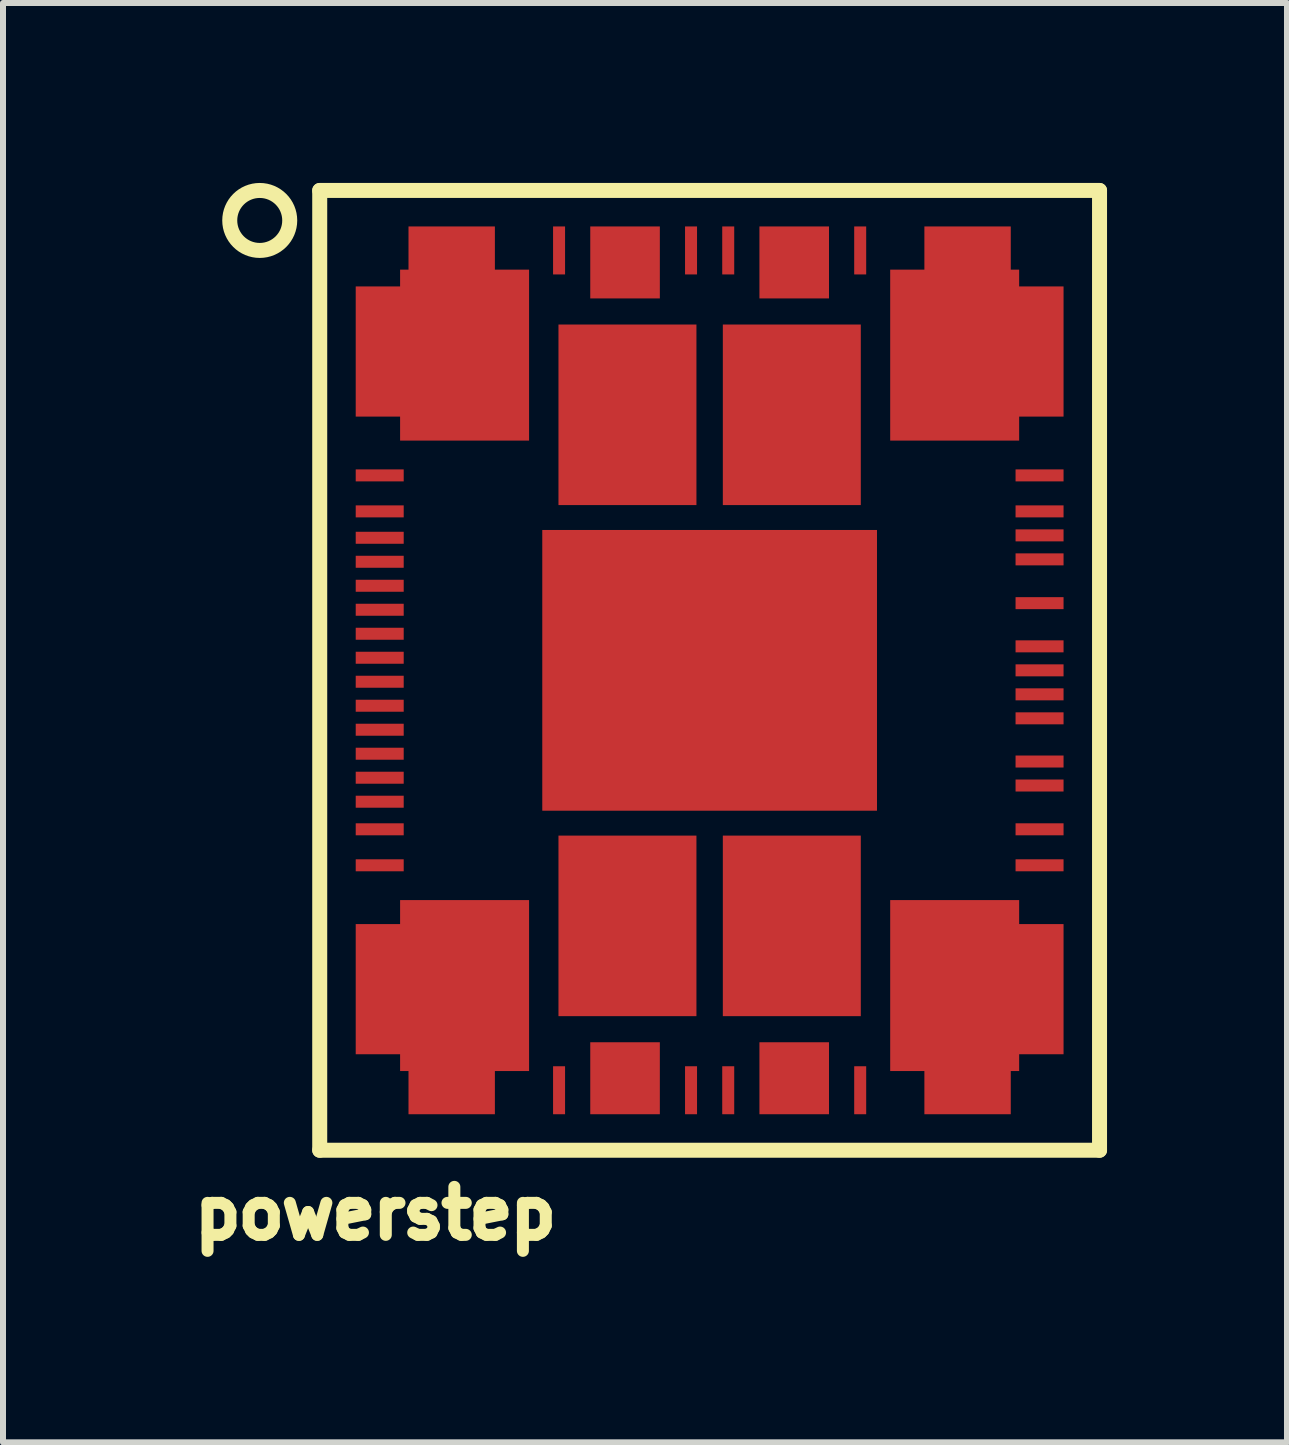
<source format=kicad_pcb>
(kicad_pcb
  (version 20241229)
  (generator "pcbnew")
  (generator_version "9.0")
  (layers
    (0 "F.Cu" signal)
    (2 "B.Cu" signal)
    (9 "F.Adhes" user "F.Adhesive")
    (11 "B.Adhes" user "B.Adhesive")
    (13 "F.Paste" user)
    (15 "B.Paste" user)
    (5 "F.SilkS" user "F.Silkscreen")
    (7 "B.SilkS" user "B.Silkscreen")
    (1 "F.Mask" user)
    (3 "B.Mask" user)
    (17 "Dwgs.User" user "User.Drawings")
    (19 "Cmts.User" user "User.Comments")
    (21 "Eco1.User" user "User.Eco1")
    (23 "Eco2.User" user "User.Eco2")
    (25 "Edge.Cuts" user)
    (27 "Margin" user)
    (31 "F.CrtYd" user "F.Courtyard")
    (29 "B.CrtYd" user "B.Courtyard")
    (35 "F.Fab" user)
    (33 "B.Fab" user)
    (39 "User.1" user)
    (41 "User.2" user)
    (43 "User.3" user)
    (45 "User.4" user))
  (footprint "powerstep"
    (layer "F.Cu")
    (at 8.78 8.125)
    (property "Reference" "powerstep" (at -5.57 9.051 0) (layer "F.SilkS") (effects (font (size 0.8 0.8) (thickness 0.2))))
    (attr smd)
    (fp_line (start -6.5 -8) (end -6.5 8) (stroke (width 0.25) (type solid)) (layer "F.SilkS"))
    (fp_line (start -6.5 8) (end 6.5 8) (stroke (width 0.25) (type solid)) (layer "F.SilkS"))
    (fp_line (start 6.5 -8) (end -6.5 -8) (stroke (width 0.25) (type solid)) (layer "F.SilkS"))
    (fp_line (start 6.5 8) (end 6.5 -8) (stroke (width 0.25) (type solid)) (layer "F.SilkS"))
    (fp_circle (center -7.5 -7.5) (end -7 -7.5) (stroke (width 0.25) (type solid)) (fill no) (layer "F.SilkS"))
    (pad "7" smd rect (at -5.5 -3.25 90) (size 0.2 0.8) (layers "F.Cu" "F.Mask" "F.Paste"))
    (pad "8" smd rect (at -5.5 -2.65 90) (size 0.2 0.8) (layers "F.Cu" "F.Mask" "F.Paste"))
    (pad "9" smd rect (at -5.5 -2.21 90) (size 0.2 0.8) (layers "F.Cu" "F.Mask" "F.Paste"))
    (pad "10" smd rect (at -5.5 -1.81 90) (size 0.2 0.8) (layers "F.Cu" "F.Mask" "F.Paste"))
    (pad "11" smd rect (at -5.5 -1.41 90) (size 0.2 0.8) (layers "F.Cu" "F.Mask" "F.Paste"))
    (pad "12" smd rect (at -5.5 -1.01 90) (size 0.2 0.8) (layers "F.Cu" "F.Mask" "F.Paste"))
    (pad "13" smd rect (at -5.5 -0.61 90) (size 0.2 0.8) (layers "F.Cu" "F.Mask" "F.Paste"))
    (pad "14" smd rect (at -5.5 -0.21 90) (size 0.2 0.8) (layers "F.Cu" "F.Mask" "F.Paste"))
    (pad "15" smd rect (at -5.5 0.19 90) (size 0.2 0.8) (layers "F.Cu" "F.Mask" "F.Paste"))
    (pad "16" smd rect (at -5.5 0.59 90) (size 0.2 0.8) (layers "F.Cu" "F.Mask" "F.Paste"))
    (pad "17" smd rect (at -5.5 0.99 90) (size 0.2 0.8) (layers "F.Cu" "F.Mask" "F.Paste"))
    (pad "18" smd rect (at -5.5 1.39 90) (size 0.2 0.8) (layers "F.Cu" "F.Mask" "F.Paste"))
    (pad "19" smd rect (at -5.5 1.79 90) (size 0.2 0.8) (layers "F.Cu" "F.Mask" "F.Paste"))
    (pad "20" smd rect (at -5.5 2.19 90) (size 0.2 0.8) (layers "F.Cu" "F.Mask" "F.Paste"))
    (pad "21" smd rect (at -5.5 2.65 90) (size 0.2 0.8) (layers "F.Cu" "F.Mask" "F.Paste"))
    (pad "22" smd rect (at -5.5 3.25 90) (size 0.2 0.8) (layers "F.Cu" "F.Mask" "F.Paste"))
    (pad "32" smd custom (at -4.5 5.5) (size 1.5 1.5) (layers "F.Cu" "F.Mask" "F.Paste") (options (anchor rect)) (primitives (gr_poly (pts (xy -0.66 -1.67) (xy -0.66 -1.27) (xy -1.4 -1.27) (xy -1.4 0.9) (xy -0.66 0.9) (xy -0.66 1.18) (xy -0.52 1.18) (xy -0.52 1.9) (xy 0.92 1.9) (xy 0.92 1.18) (xy 1.49 1.18) (xy 1.49 -1.67)) (width 0) (fill yes))))
    (pad "33" smd rect (at -2.51 7 180) (size 0.2 0.8) (layers "F.Cu" "F.Mask" "F.Paste"))
    (pad "35" smd rect (at -1.41 6.8) (size 1.16 1.2) (layers "F.Cu" "F.Mask" "F.Paste"))
    (pad "37" smd rect (at -0.31 7 180) (size 0.2 0.8) (layers "F.Cu" "F.Mask" "F.Paste"))
    (pad "38" smd rect (at 0.31 7 180) (size 0.2 0.8) (layers "F.Cu" "F.Mask" "F.Paste"))
    (pad "40" smd rect (at 1.41 6.8) (size 1.16 1.2) (layers "F.Cu" "F.Mask" "F.Paste"))
    (pad "42" smd rect (at 2.51 7 180) (size 0.2 0.8) (layers "F.Cu" "F.Mask" "F.Paste"))
    (pad "43" smd custom (at 4.5 5.5 180) (size 1.5 1.5) (layers "F.Cu" "F.Mask" "F.Paste") (options (anchor rect)) (primitives (gr_poly (pts (xy -0.66 1.67) (xy -0.66 1.27) (xy -1.4 1.27) (xy -1.4 -0.9) (xy -0.66 -0.9) (xy -0.66 -1.18) (xy -0.52 -1.18) (xy -0.52 -1.9) (xy 0.92 -1.9) (xy 0.92 -1.18) (xy 1.49 -1.18) (xy 1.49 1.67)) (width 0) (fill yes))))
    (pad "53" smd rect (at 5.5 3.25 90) (size 0.2 0.8) (layers "F.Cu" "F.Mask" "F.Paste"))
    (pad "54" smd rect (at 5.5 2.65 90) (size 0.2 0.8) (layers "F.Cu" "F.Mask" "F.Paste"))
    (pad "55" smd rect (at 5.5 1.92 90) (size 0.2 0.8) (layers "F.Cu" "F.Mask" "F.Paste"))
    (pad "56" smd rect (at 5.5 1.52 90) (size 0.2 0.8) (layers "F.Cu" "F.Mask" "F.Paste"))
    (pad "57" smd rect (at 5.5 0.8 90) (size 0.2 0.8) (layers "F.Cu" "F.Mask" "F.Paste"))
    (pad "58" smd rect (at 5.5 0.4 90) (size 0.2 0.8) (layers "F.Cu" "F.Mask" "F.Paste"))
    (pad "59" smd rect (at 5.5 0 90) (size 0.2 0.8) (layers "F.Cu" "F.Mask" "F.Paste"))
    (pad "60" smd rect (at 5.5 -0.4 90) (size 0.2 0.8) (layers "F.Cu" "F.Mask" "F.Paste"))
    (pad "61" smd rect (at 5.5 -1.12 90) (size 0.2 0.8) (layers "F.Cu" "F.Mask" "F.Paste"))
    (pad "62" smd rect (at 5.5 -1.85 90) (size 0.2 0.8) (layers "F.Cu" "F.Mask" "F.Paste"))
    (pad "63" smd rect (at 5.5 -2.25 90) (size 0.2 0.8) (layers "F.Cu" "F.Mask" "F.Paste"))
    (pad "64" smd rect (at 5.5 -2.65 90) (size 0.2 0.8) (layers "F.Cu" "F.Mask" "F.Paste"))
    (pad "65" smd rect (at 5.5 -3.25 90) (size 0.2 0.8) (layers "F.Cu" "F.Mask" "F.Paste"))
    (pad "75" smd custom (at 4.5 -5.5 180) (size 1.5 1.5) (layers "F.Cu" "F.Mask" "F.Paste") (options (anchor rect)) (primitives (gr_poly (pts (xy -0.66 -1.67) (xy -0.66 -1.27) (xy -1.4 -1.27) (xy -1.4 0.9) (xy -0.66 0.9) (xy -0.66 1.18) (xy -0.52 1.18) (xy -0.52 1.9) (xy 0.92 1.9) (xy 0.92 1.18) (xy 1.49 1.18) (xy 1.49 -1.67)) (width 0) (fill yes))))
    (pad "76" smd rect (at 2.51 -7 180) (size 0.2 0.8) (layers "F.Cu" "F.Mask" "F.Paste"))
    (pad "78" smd rect (at 1.41 -6.8) (size 1.16 1.2) (layers "F.Cu" "F.Mask" "F.Paste"))
    (pad "80" smd rect (at 0.31 -7 180) (size 0.2 0.8) (layers "F.Cu" "F.Mask" "F.Paste"))
    (pad "81" smd rect (at -0.31 -7 180) (size 0.2 0.8) (layers "F.Cu" "F.Mask" "F.Paste"))
    (pad "83" smd rect (at -1.41 -6.8) (size 1.16 1.2) (layers "F.Cu" "F.Mask" "F.Paste"))
    (pad "85" smd rect (at -2.51 -7 180) (size 0.2 0.8) (layers "F.Cu" "F.Mask" "F.Paste"))
    (pad "86" smd custom (at -4.5 -5.5) (size 1.5 1.5) (layers "F.Cu" "F.Mask" "F.Paste") (options (anchor rect)) (primitives (gr_poly (pts (xy -0.66 1.67) (xy -0.66 1.27) (xy -1.4 1.27) (xy -1.4 -0.9) (xy -0.66 -0.9) (xy -0.66 -1.18) (xy -0.52 -1.18) (xy -0.52 -1.9) (xy 0.92 -1.9) (xy 0.92 -1.18) (xy 1.49 -1.18) (xy 1.49 1.67)) (width 0) (fill yes))))
    (pad "90" smd rect (at -1.37 -4.26) (size 2.3 3.01) (layers "F.Cu" "F.Mask" "F.Paste"))
    (pad "91" smd rect (at -1.37 4.26) (size 2.3 3.01) (layers "F.Cu" "F.Mask" "F.Paste"))
    (pad "92" smd rect (at 1.37 4.26) (size 2.3 3.01) (layers "F.Cu" "F.Mask" "F.Paste"))
    (pad "93" smd rect (at 0 0) (size 5.58 4.68) (layers "F.Cu" "F.Mask" "F.Paste"))
    (pad "94" smd rect (at 1.37 -4.26) (size 2.3 3.01) (layers "F.Cu" "F.Mask" "F.Paste")))
  (gr_rect
    (start -3 -3)
    (end 18.405 20.995)
    (stroke (width 0.1) (type default))
    (fill no)
    (layer "Edge.Cuts")))
</source>
